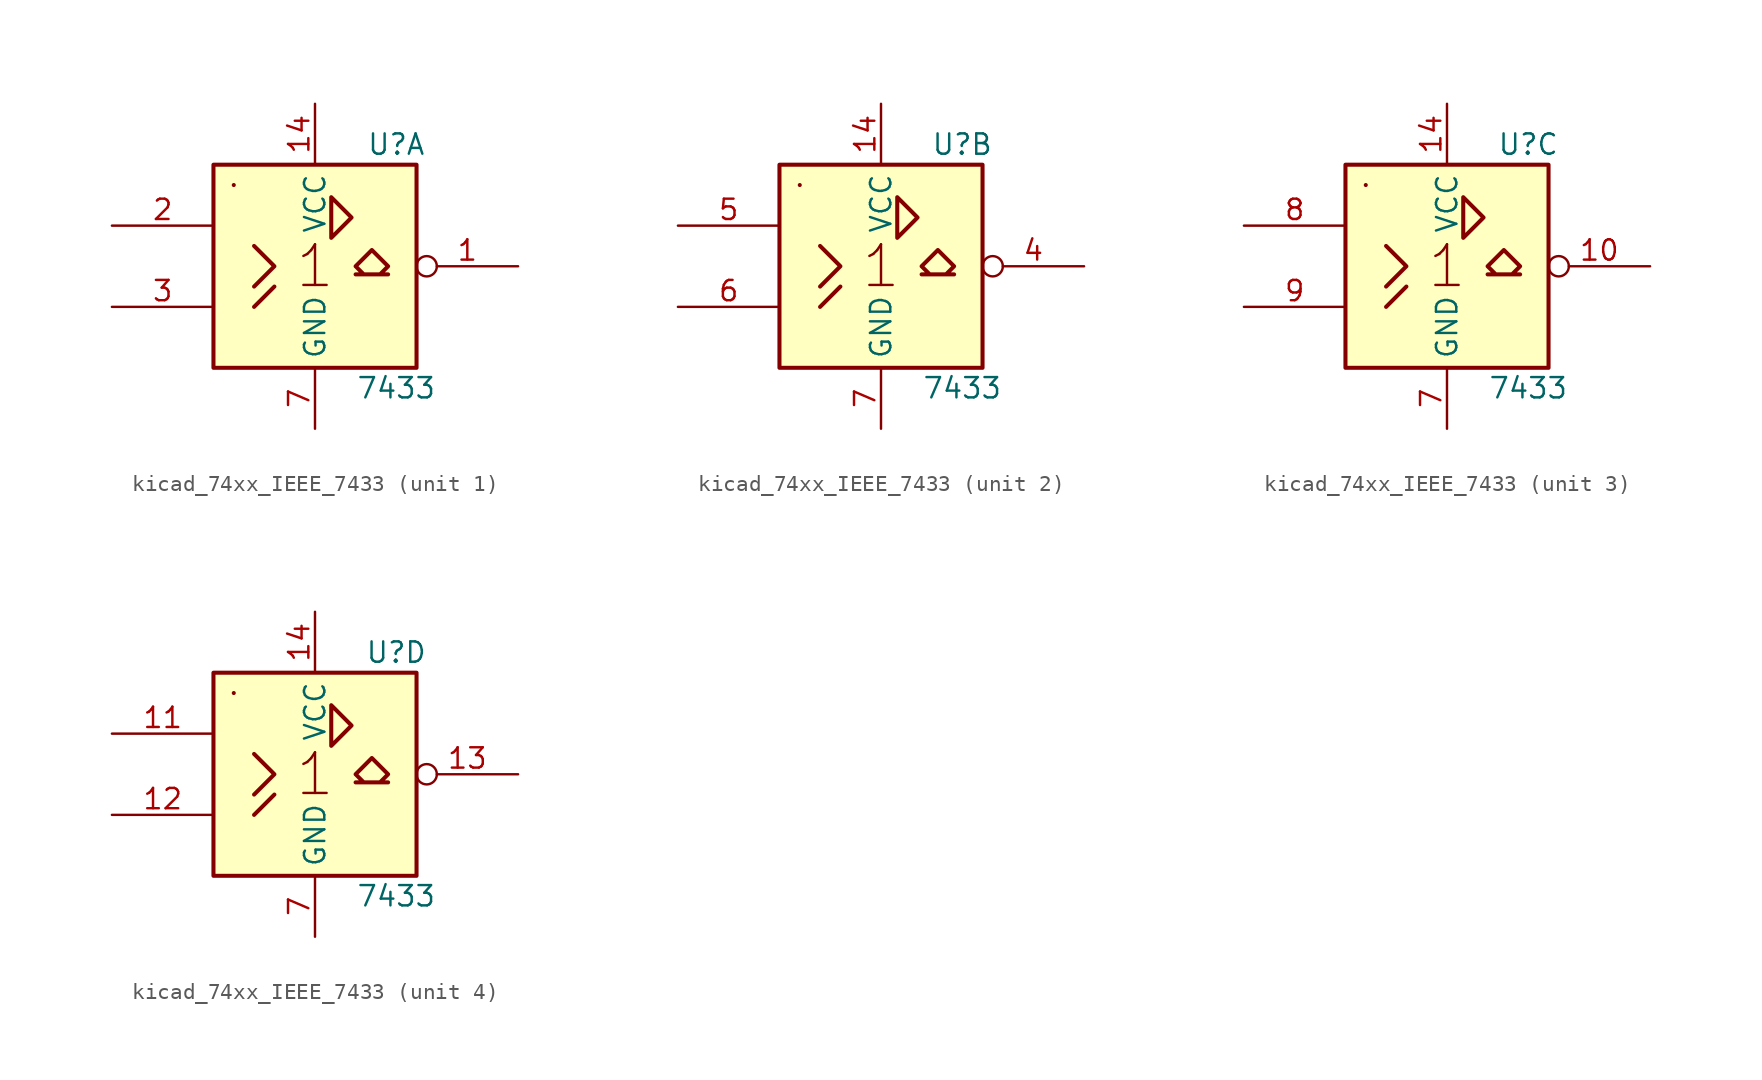
<source format=kicad_sym>
(kicad_symbol_lib
  (version 20220914)
  (generator kicad_symbol_editor)
  (symbol "kicad_74xx_IEEE_7433"
    (property "Reference" "U"
      (at 5.08 7.62 0)
      (effects (font (size 1.27 1.27))))
    (property "Value" "7433"
      (at 5.08 -7.62 0)
      (effects (font (size 1.27 1.27))))
    (symbol "kicad_74xx_IEEE_7433_0_0"
      (rectangle (start -5.08 5.08) (end -5.08 5.08) (stroke (width 0.254) (type default)) (fill (type background)))
      (polyline (pts (xy -3.81 -2.54) (xy -2.54 -1.27) (xy -2.54 -1.27)) (stroke (width 0.254) (type default)) (fill (type background)))
      (polyline (pts (xy -3.81 1.27) (xy -2.54 0) (xy -3.81 -1.27) (xy -3.81 -1.27)) (stroke (width 0.254) (type default)) (fill (type background)))
      (polyline (pts (xy 1.016 4.318) (xy 1.016 1.778) (xy 2.286 3.048) (xy 1.016 4.318) (xy 1.016 4.318)) (stroke (width 0.254) (type default)) (fill (type background)))
      (text "1" (at 0 0 0) (effects (font (size 2.54 2.54))))
      (pin power_in line (at 0 10.16 270) (length 3.81) (name "VCC" (effects (font (size 1.27 1.27)))) (number "14" (effects (font (size 1.27 1.27)))))
      (pin power_in line (at 0 -10.16 90) (length 3.81) (name "GND" (effects (font (size 1.27 1.27)))) (number "7" (effects (font (size 1.27 1.27))))))
    (symbol "kicad_74xx_IEEE_7433_0_1"
      (rectangle (start -6.35 6.35) (end 6.35 -6.35) (stroke (width 0.254) (type default)) (fill (type background)))
      (polyline (pts (xy 3.556 1.016) (xy 4.572 0) (xy 4.064 -0.508) (xy 4.572 -0.508) (xy 2.54 -0.508) (xy 3.556 -0.508) (xy 3.556 -0.508) (xy 3.048 -0.508) (xy 2.54 0) (xy 3.556 1.016) (xy 3.556 1.016)) (stroke (width 0.254) (type default)) (fill (type background))))
    (symbol "kicad_74xx_IEEE_7433_1_1"
      (pin open_collector inverted (at 12.7 0 180) (length 6.35) (name "~" (effects (font (size 1.27 1.27)))) (number "1" (effects (font (size 1.27 1.27)))))
      (pin input line (at -12.7 2.54 0) (length 6.35) (name "~" (effects (font (size 1.27 1.27)))) (number "2" (effects (font (size 1.27 1.27)))))
      (pin input line (at -12.7 -2.54 0) (length 6.35) (name "~" (effects (font (size 1.27 1.27)))) (number "3" (effects (font (size 1.27 1.27))))))
    (symbol "kicad_74xx_IEEE_7433_2_1"
      (pin open_collector inverted (at 12.7 0 180) (length 6.35) (name "~" (effects (font (size 1.27 1.27)))) (number "4" (effects (font (size 1.27 1.27)))))
      (pin input line (at -12.7 2.54 0) (length 6.35) (name "~" (effects (font (size 1.27 1.27)))) (number "5" (effects (font (size 1.27 1.27)))))
      (pin input line (at -12.7 -2.54 0) (length 6.35) (name "~" (effects (font (size 1.27 1.27)))) (number "6" (effects (font (size 1.27 1.27))))))
    (symbol "kicad_74xx_IEEE_7433_3_1"
      (pin open_collector inverted (at 12.7 0 180) (length 6.35) (name "~" (effects (font (size 1.27 1.27)))) (number "10" (effects (font (size 1.27 1.27)))))
      (pin input line (at -12.7 2.54 0) (length 6.35) (name "~" (effects (font (size 1.27 1.27)))) (number "8" (effects (font (size 1.27 1.27)))))
      (pin input line (at -12.7 -2.54 0) (length 6.35) (name "~" (effects (font (size 1.27 1.27)))) (number "9" (effects (font (size 1.27 1.27))))))
    (symbol "kicad_74xx_IEEE_7433_4_1"
      (pin input line (at -12.7 2.54 0) (length 6.35) (name "~" (effects (font (size 1.27 1.27)))) (number "11" (effects (font (size 1.27 1.27)))))
      (pin input line (at -12.7 -2.54 0) (length 6.35) (name "~" (effects (font (size 1.27 1.27)))) (number "12" (effects (font (size 1.27 1.27)))))
      (pin open_collector inverted (at 12.7 0 180) (length 6.35) (name "~" (effects (font (size 1.27 1.27)))) (number "13" (effects (font (size 1.27 1.27))))))))
</source>
